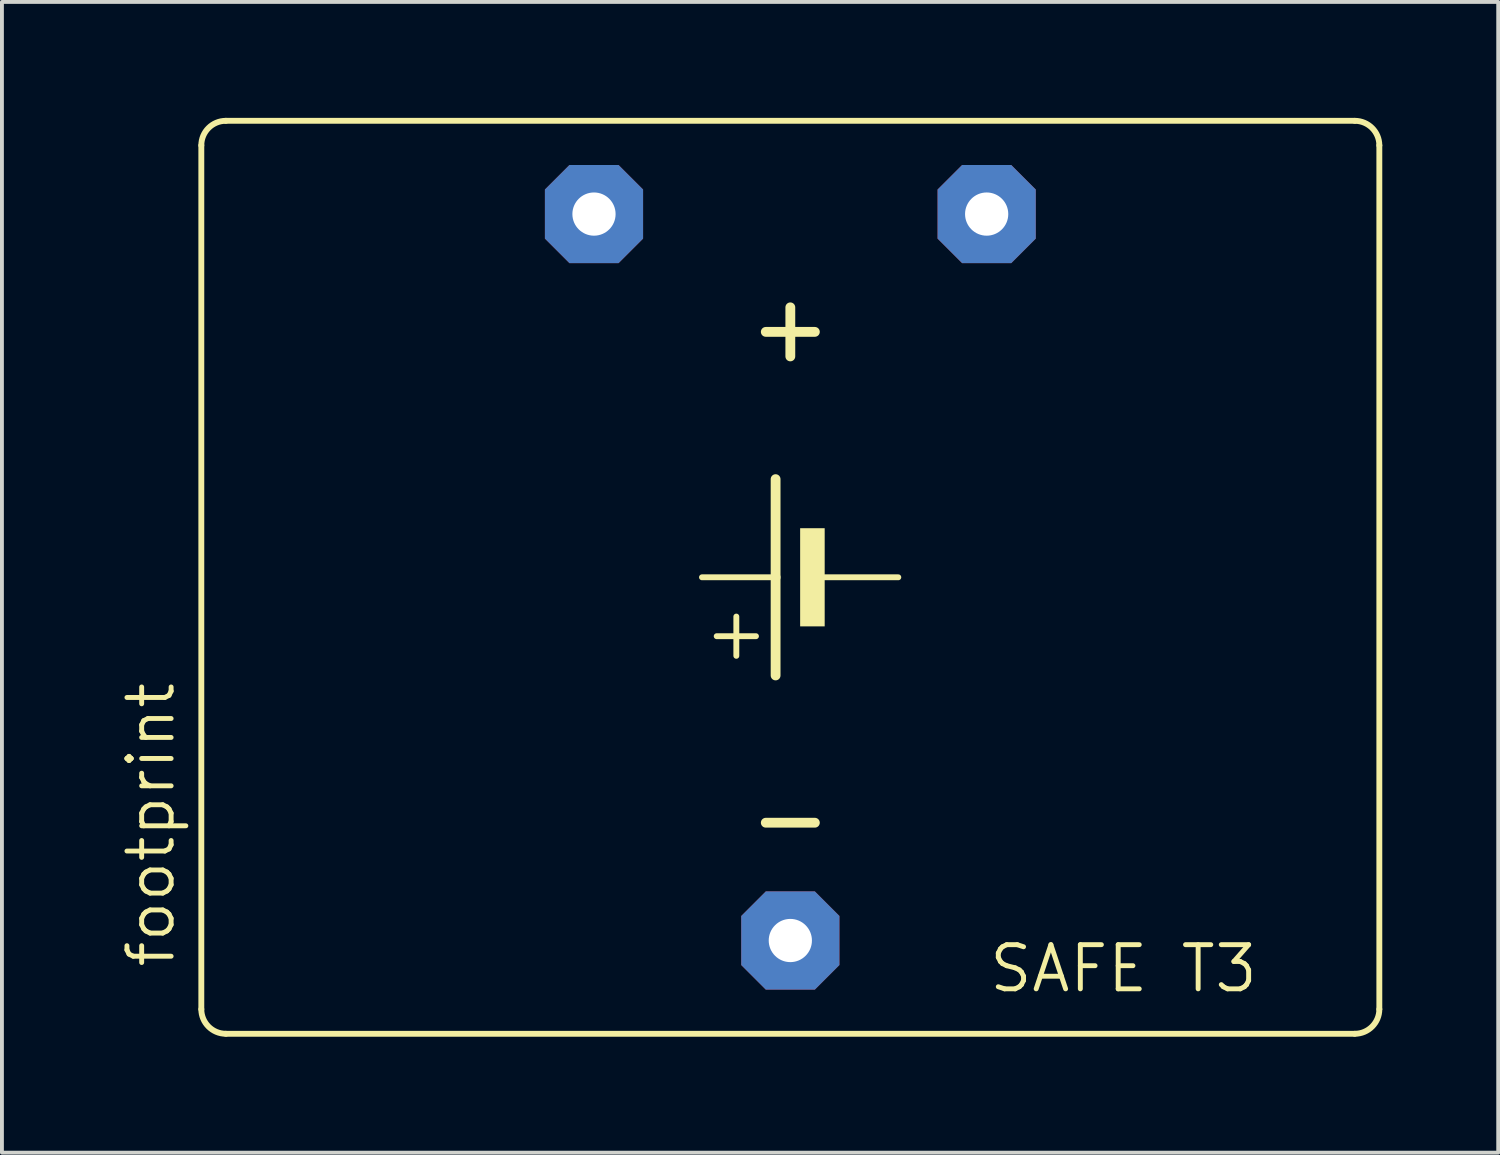
<source format=kicad_pcb>
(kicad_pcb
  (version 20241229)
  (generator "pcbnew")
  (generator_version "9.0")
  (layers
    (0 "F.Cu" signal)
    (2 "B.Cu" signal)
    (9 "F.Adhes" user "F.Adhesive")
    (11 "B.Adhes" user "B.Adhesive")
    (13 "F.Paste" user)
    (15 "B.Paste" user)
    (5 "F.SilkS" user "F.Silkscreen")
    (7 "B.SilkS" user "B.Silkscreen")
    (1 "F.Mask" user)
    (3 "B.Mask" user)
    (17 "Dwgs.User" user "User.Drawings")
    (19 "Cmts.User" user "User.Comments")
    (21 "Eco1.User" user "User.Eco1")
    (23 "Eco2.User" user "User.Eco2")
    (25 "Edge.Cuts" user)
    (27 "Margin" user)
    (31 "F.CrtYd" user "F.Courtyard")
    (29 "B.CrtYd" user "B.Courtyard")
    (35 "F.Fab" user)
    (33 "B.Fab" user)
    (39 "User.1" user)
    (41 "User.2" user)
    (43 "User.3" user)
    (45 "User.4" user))
  (footprint "footprint"
    (layer "F.Cu")
    (at 17.399 11.887)
    (property "Reference" "footprint" (at -15.875 10.16 90) (layer "F.SilkS") (effects (font (size 1.143 1.143) (thickness 0.127)) (justify left bottom)))
    (fp_line (start -15.24 11.176) (end -15.24 -11.176) (stroke (width 0.152) (type solid)) (layer "F.SilkS"))
    (fp_line (start -14.605 -11.811) (end 14.605 -11.811) (stroke (width 0.152) (type solid)) (layer "F.SilkS"))
    (fp_line (start -14.605 11.811) (end 14.605 11.811) (stroke (width 0.152) (type solid)) (layer "F.SilkS"))
    (fp_line (start -1.397 2.032) (end -1.397 1.016) (stroke (width 0.152) (type solid)) (layer "F.SilkS"))
    (fp_line (start -0.889 1.524) (end -1.905 1.524) (stroke (width 0.152) (type solid)) (layer "F.SilkS"))
    (fp_line (start -0.635 -6.35) (end 0.635 -6.35) (stroke (width 0.254) (type solid)) (layer "F.SilkS"))
    (fp_line (start -0.635 6.35) (end 0.635 6.35) (stroke (width 0.254) (type solid)) (layer "F.SilkS"))
    (fp_line (start -0.381 0) (end -2.286 0) (stroke (width 0.152) (type solid)) (layer "F.SilkS"))
    (fp_line (start -0.381 0) (end -0.381 -2.54) (stroke (width 0.254) (type solid)) (layer "F.SilkS"))
    (fp_line (start -0.381 2.54) (end -0.381 0) (stroke (width 0.254) (type solid)) (layer "F.SilkS"))
    (fp_line (start 0 -6.985) (end 0 -5.715) (stroke (width 0.254) (type solid)) (layer "F.SilkS"))
    (fp_line (start 2.794 0) (end 0.889 0) (stroke (width 0.152) (type solid)) (layer "F.SilkS"))
    (fp_line (start 15.24 -11.176) (end 15.24 11.176) (stroke (width 0.152) (type solid)) (layer "F.SilkS"))
    (fp_arc (start -15.24 -11.176) (mid -15.054013 -11.625013) (end -14.605 -11.811) (stroke (width 0.1524) (type solid)) (layer "F.SilkS"))
    (fp_arc (start -14.605 11.811) (mid -15.054013 11.625013) (end -15.24 11.176) (stroke (width 0.1524) (type solid)) (layer "F.SilkS"))
    (fp_arc (start 14.605 -11.811) (mid 15.054013 -11.625013) (end 15.24 -11.176) (stroke (width 0.1524) (type solid)) (layer "F.SilkS"))
    (fp_arc (start 15.24 11.176) (mid 15.054013 11.625013) (end 14.605 11.811) (stroke (width 0.1524) (type solid)) (layer "F.SilkS"))
    (fp_poly (pts (xy 0.254 1.27) (xy 0.889 1.27) (xy 0.889 -1.27) (xy 0.254 -1.27)) (stroke (width 0) (type solid)) (fill yes) (layer "F.SilkS"))
    (fp_text user "SAFE T3" (at 5.08 10.795 0) (layer "F.SilkS") (effects (font (size 1.143 1.143) (thickness 0.127)) (justify left bottom)))
    (pad "+" thru_hole roundrect (at 5.08 -9.398) (size 2.54 2.54) (drill 1.118) (layers "*.Cu" "*.Mask") (roundrect_rratio 0.25) (chamfer_ratio 0.25) (chamfer top_left top_right bottom_left bottom_right))
    (pad "+@1" thru_hole roundrect (at -5.08 -9.398) (size 2.54 2.54) (drill 1.118) (layers "*.Cu" "*.Mask") (roundrect_rratio 0.25) (chamfer_ratio 0.25) (chamfer top_left top_right bottom_left bottom_right))
    (pad "-" thru_hole roundrect (at 0 9.398) (size 2.54 2.54) (drill 1.118) (layers "*.Cu" "*.Mask") (roundrect_rratio 0.25) (chamfer_ratio 0.25) (chamfer top_left top_right bottom_left bottom_right)))
  (gr_rect
    (start -3 -3)
    (end 35.715 26.774)
    (stroke (width 0.1) (type default))
    (fill no)
    (layer "Edge.Cuts")))
</source>
